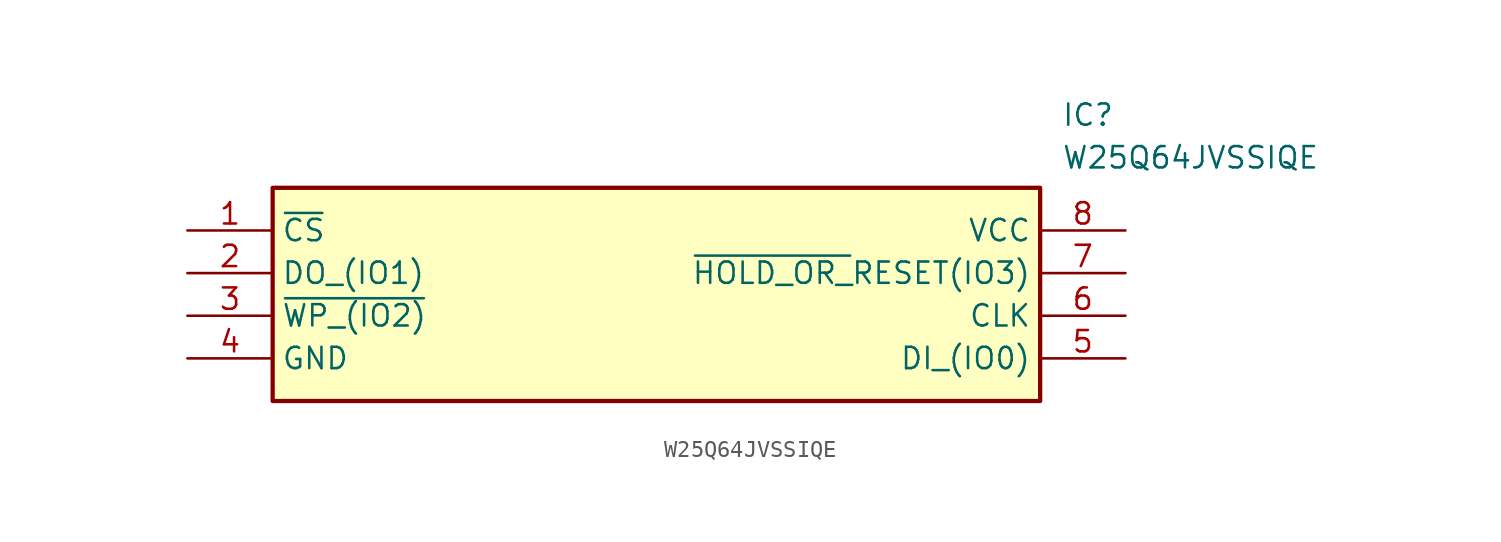
<source format=kicad_sym>
(kicad_symbol_lib
  (version 20211014)
  (generator SamacSys_ECAD_Model)
  (symbol "W25Q64JVSSIQE"
    (property "Reference" "IC"
      (at 52.07 7.62 0)
      (effects (font (size 1.27 1.27)) (justify left top)))
    (property "Value" "W25Q64JVSSIQE"
      (at 52.07 5.08 0)
      (effects (font (size 1.27 1.27)) (justify left top)))
    (rectangle
      (start 5.08 2.54)
      (end 50.8 -10.16)
      (stroke (width 0.254) (type default))
      (fill (type background)))
    (pin passive line
      (at 0 0 0)
      (length 5.08)
      (name "~{CS}" (effects (font (size 1.27 1.27))))
      (number "1" (effects (font (size 1.27 1.27)))))
    (pin passive line
      (at 0 -2.54 0)
      (length 5.08)
      (name "DO_(IO1)" (effects (font (size 1.27 1.27))))
      (number "2" (effects (font (size 1.27 1.27)))))
    (pin passive line
      (at 0 -5.08 0)
      (length 5.08)
      (name "~{WP_(IO2)}" (effects (font (size 1.27 1.27))))
      (number "3" (effects (font (size 1.27 1.27)))))
    (pin passive line
      (at 0 -7.62 0)
      (length 5.08)
      (name "GND" (effects (font (size 1.27 1.27))))
      (number "4" (effects (font (size 1.27 1.27)))))
    (pin passive line
      (at 55.88 0 180)
      (length 5.08)
      (name "VCC" (effects (font (size 1.27 1.27))))
      (number "8" (effects (font (size 1.27 1.27)))))
    (pin passive line
      (at 55.88 -2.54 180)
      (length 5.08)
      (name "~{HOLD_OR_}RESET(IO3)" (effects (font (size 1.27 1.27))))
      (number "7" (effects (font (size 1.27 1.27)))))
    (pin passive line
      (at 55.88 -5.08 180)
      (length 5.08)
      (name "CLK" (effects (font (size 1.27 1.27))))
      (number "6" (effects (font (size 1.27 1.27)))))
    (pin passive line
      (at 55.88 -7.62 180)
      (length 5.08)
      (name "DI_(IO0)" (effects (font (size 1.27 1.27))))
      (number "5" (effects (font (size 1.27 1.27)))))))
</source>
